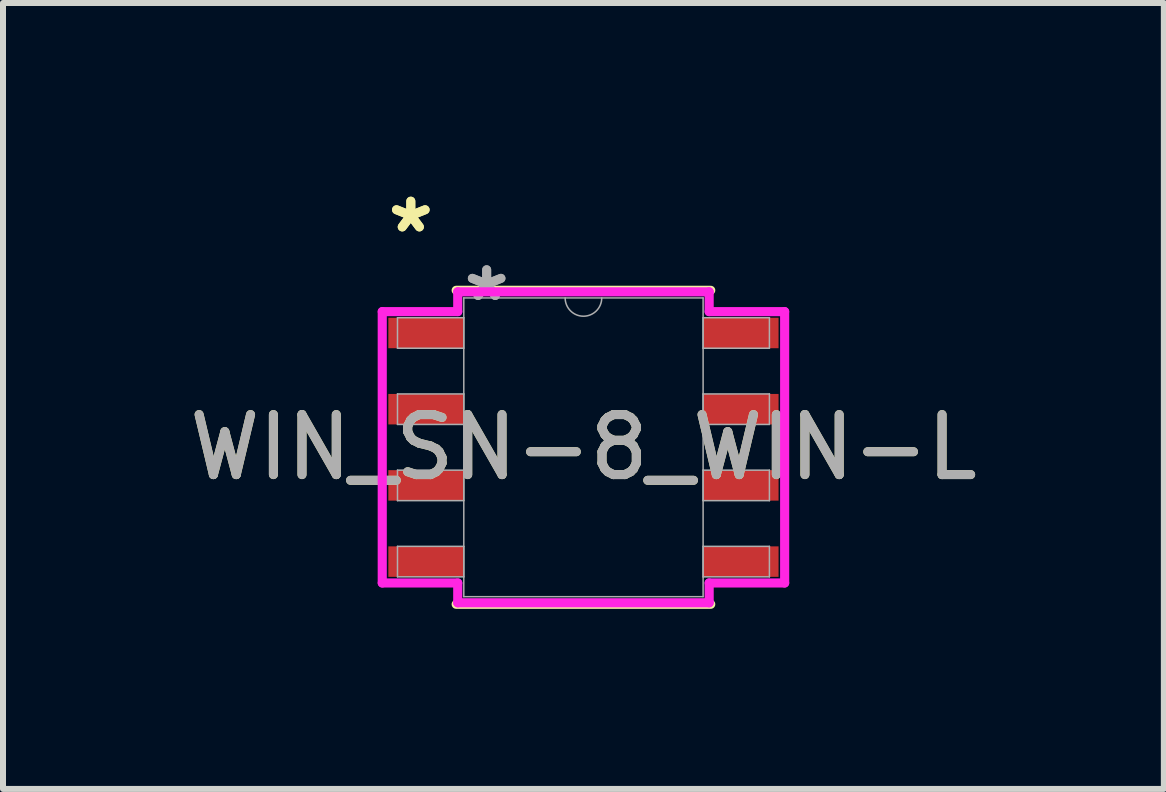
<source format=kicad_pcb>
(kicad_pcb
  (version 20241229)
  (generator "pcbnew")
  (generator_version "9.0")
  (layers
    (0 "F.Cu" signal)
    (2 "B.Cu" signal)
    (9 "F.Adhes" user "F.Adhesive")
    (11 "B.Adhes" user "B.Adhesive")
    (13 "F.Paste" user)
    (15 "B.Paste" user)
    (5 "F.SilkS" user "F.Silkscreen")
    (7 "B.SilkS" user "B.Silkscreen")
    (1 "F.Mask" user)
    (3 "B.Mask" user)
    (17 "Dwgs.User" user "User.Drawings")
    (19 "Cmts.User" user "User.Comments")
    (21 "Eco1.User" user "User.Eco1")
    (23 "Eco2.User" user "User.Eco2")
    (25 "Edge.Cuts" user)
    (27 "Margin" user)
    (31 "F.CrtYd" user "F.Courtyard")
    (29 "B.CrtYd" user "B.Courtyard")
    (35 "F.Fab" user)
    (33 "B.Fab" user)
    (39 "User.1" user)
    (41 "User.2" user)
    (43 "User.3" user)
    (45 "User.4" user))
  (footprint "WIN_SN-8_WIN-L"
    (layer "F.Cu")
    (at 6.673 4.404)
    (property "Reference" "WIN_SN-8_WIN-L" (at 0 0 0) (unlocked yes) (layer "F.SilkS") (effects (font (size 1 1) (thickness 0.15))))
    (attr smd)
    (fp_line (start -2.121 2.616) (end 2.121 2.616) (stroke (width 0.152) (type solid)) (layer "F.SilkS"))
    (fp_line (start 2.121 -2.616) (end -2.121 -2.616) (stroke (width 0.152) (type solid)) (layer "F.SilkS"))
    (fp_line (start -3.353 -2.261) (end -2.095 -2.261) (stroke (width 0.152) (type solid)) (layer "F.CrtYd"))
    (fp_line (start -3.353 2.261) (end -3.353 -2.261) (stroke (width 0.152) (type solid)) (layer "F.CrtYd"))
    (fp_line (start -3.353 2.261) (end -2.095 2.261) (stroke (width 0.152) (type solid)) (layer "F.CrtYd"))
    (fp_line (start -2.095 -2.591) (end 2.095 -2.591) (stroke (width 0.152) (type solid)) (layer "F.CrtYd"))
    (fp_line (start -2.095 -2.261) (end -2.095 -2.591) (stroke (width 0.152) (type solid)) (layer "F.CrtYd"))
    (fp_line (start -2.095 2.591) (end -2.095 2.261) (stroke (width 0.152) (type solid)) (layer "F.CrtYd"))
    (fp_line (start 2.095 -2.591) (end 2.095 -2.261) (stroke (width 0.152) (type solid)) (layer "F.CrtYd"))
    (fp_line (start 2.095 2.261) (end 2.095 2.591) (stroke (width 0.152) (type solid)) (layer "F.CrtYd"))
    (fp_line (start 2.095 2.591) (end -2.095 2.591) (stroke (width 0.152) (type solid)) (layer "F.CrtYd"))
    (fp_line (start 3.353 -2.261) (end 2.095 -2.261) (stroke (width 0.152) (type solid)) (layer "F.CrtYd"))
    (fp_line (start 3.353 -2.261) (end 3.353 2.261) (stroke (width 0.152) (type solid)) (layer "F.CrtYd"))
    (fp_line (start 3.353 2.261) (end 2.095 2.261) (stroke (width 0.152) (type solid)) (layer "F.CrtYd"))
    (fp_line (start -3.099 -2.159) (end -3.099 -1.651) (stroke (width 0.025) (type solid)) (layer "F.Fab"))
    (fp_line (start -3.099 -1.651) (end -1.994 -1.651) (stroke (width 0.025) (type solid)) (layer "F.Fab"))
    (fp_line (start -3.099 -0.889) (end -3.099 -0.381) (stroke (width 0.025) (type solid)) (layer "F.Fab"))
    (fp_line (start -3.099 -0.381) (end -1.994 -0.381) (stroke (width 0.025) (type solid)) (layer "F.Fab"))
    (fp_line (start -3.099 0.381) (end -3.099 0.889) (stroke (width 0.025) (type solid)) (layer "F.Fab"))
    (fp_line (start -3.099 0.889) (end -1.994 0.889) (stroke (width 0.025) (type solid)) (layer "F.Fab"))
    (fp_line (start -3.099 1.651) (end -3.099 2.159) (stroke (width 0.025) (type solid)) (layer "F.Fab"))
    (fp_line (start -3.099 2.159) (end -1.994 2.159) (stroke (width 0.025) (type solid)) (layer "F.Fab"))
    (fp_line (start -1.994 -2.489) (end -1.994 2.489) (stroke (width 0.025) (type solid)) (layer "F.Fab"))
    (fp_line (start -1.994 -2.159) (end -3.099 -2.159) (stroke (width 0.025) (type solid)) (layer "F.Fab"))
    (fp_line (start -1.994 -1.651) (end -1.994 -2.159) (stroke (width 0.025) (type solid)) (layer "F.Fab"))
    (fp_line (start -1.994 -0.889) (end -3.099 -0.889) (stroke (width 0.025) (type solid)) (layer "F.Fab"))
    (fp_line (start -1.994 -0.381) (end -1.994 -0.889) (stroke (width 0.025) (type solid)) (layer "F.Fab"))
    (fp_line (start -1.994 0.381) (end -3.099 0.381) (stroke (width 0.025) (type solid)) (layer "F.Fab"))
    (fp_line (start -1.994 0.889) (end -1.994 0.381) (stroke (width 0.025) (type solid)) (layer "F.Fab"))
    (fp_line (start -1.994 1.651) (end -3.099 1.651) (stroke (width 0.025) (type solid)) (layer "F.Fab"))
    (fp_line (start -1.994 2.159) (end -1.994 1.651) (stroke (width 0.025) (type solid)) (layer "F.Fab"))
    (fp_line (start -1.994 2.489) (end 1.994 2.489) (stroke (width 0.025) (type solid)) (layer "F.Fab"))
    (fp_line (start 1.994 -2.489) (end -1.994 -2.489) (stroke (width 0.025) (type solid)) (layer "F.Fab"))
    (fp_line (start 1.994 -2.159) (end 1.994 -1.651) (stroke (width 0.025) (type solid)) (layer "F.Fab"))
    (fp_line (start 1.994 -1.651) (end 3.099 -1.651) (stroke (width 0.025) (type solid)) (layer "F.Fab"))
    (fp_line (start 1.994 -0.889) (end 1.994 -0.381) (stroke (width 0.025) (type solid)) (layer "F.Fab"))
    (fp_line (start 1.994 -0.381) (end 3.099 -0.381) (stroke (width 0.025) (type solid)) (layer "F.Fab"))
    (fp_line (start 1.994 0.381) (end 1.994 0.889) (stroke (width 0.025) (type solid)) (layer "F.Fab"))
    (fp_line (start 1.994 0.889) (end 3.099 0.889) (stroke (width 0.025) (type solid)) (layer "F.Fab"))
    (fp_line (start 1.994 1.651) (end 1.994 2.159) (stroke (width 0.025) (type solid)) (layer "F.Fab"))
    (fp_line (start 1.994 2.159) (end 3.099 2.159) (stroke (width 0.025) (type solid)) (layer "F.Fab"))
    (fp_line (start 1.994 2.489) (end 1.994 -2.489) (stroke (width 0.025) (type solid)) (layer "F.Fab"))
    (fp_line (start 3.099 -2.159) (end 1.994 -2.159) (stroke (width 0.025) (type solid)) (layer "F.Fab"))
    (fp_line (start 3.099 -1.651) (end 3.099 -2.159) (stroke (width 0.025) (type solid)) (layer "F.Fab"))
    (fp_line (start 3.099 -0.889) (end 1.994 -0.889) (stroke (width 0.025) (type solid)) (layer "F.Fab"))
    (fp_line (start 3.099 -0.381) (end 3.099 -0.889) (stroke (width 0.025) (type solid)) (layer "F.Fab"))
    (fp_line (start 3.099 0.381) (end 1.994 0.381) (stroke (width 0.025) (type solid)) (layer "F.Fab"))
    (fp_line (start 3.099 0.889) (end 3.099 0.381) (stroke (width 0.025) (type solid)) (layer "F.Fab"))
    (fp_line (start 3.099 1.651) (end 1.994 1.651) (stroke (width 0.025) (type solid)) (layer "F.Fab"))
    (fp_line (start 3.099 2.159) (end 3.099 1.651) (stroke (width 0.025) (type solid)) (layer "F.Fab"))
    (fp_arc (start 0.3048 -2.4892) (mid 0 -2.1844) (end -0.3048 -2.4892) (stroke (width 0.0254) (type solid)) (layer "F.Fab"))
    (fp_text user "*" (at -2.877 -3.556 0) (layer "F.SilkS") (effects (font (size 1 1) (thickness 0.15))))
    (fp_text user "*" (at -2.877 -3.556 0) (unlocked yes) (layer "F.SilkS") (effects (font (size 1 1) (thickness 0.15))))
    (fp_text user "*" (at -1.613 -2.413 0) (layer "F.Fab") (effects (font (size 1 1) (thickness 0.15))))
    (fp_text user "*" (at -1.613 -2.413 0) (unlocked yes) (layer "F.Fab") (effects (font (size 1 1) (thickness 0.15))))
    (fp_text user "${REFERENCE}" (at 0 0 0) (unlocked yes) (layer "F.Fab") (effects (font (size 1 1) (thickness 0.15))))
    (pad "1" smd rect (at -2.623 -1.905) (size 1.257 0.508) (layers "F.Cu" "F.Mask" "F.Paste"))
    (pad "2" smd rect (at -2.623 -0.635) (size 1.257 0.508) (layers "F.Cu" "F.Mask" "F.Paste"))
    (pad "3" smd rect (at -2.623 0.635) (size 1.257 0.508) (layers "F.Cu" "F.Mask" "F.Paste"))
    (pad "4" smd rect (at -2.623 1.905) (size 1.257 0.508) (layers "F.Cu" "F.Mask" "F.Paste"))
    (pad "5" smd rect (at 2.623 1.905) (size 1.257 0.508) (layers "F.Cu" "F.Mask" "F.Paste"))
    (pad "6" smd rect (at 2.623 0.635) (size 1.257 0.508) (layers "F.Cu" "F.Mask" "F.Paste"))
    (pad "7" smd rect (at 2.623 -0.635) (size 1.257 0.508) (layers "F.Cu" "F.Mask" "F.Paste"))
    (pad "8" smd rect (at 2.623 -1.905) (size 1.257 0.508) (layers "F.Cu" "F.Mask" "F.Paste")))
  (gr_rect
    (start -3 -3)
    (end 16.345 10.097)
    (stroke (width 0.1) (type default))
    (fill no)
    (layer "Edge.Cuts")))
</source>
